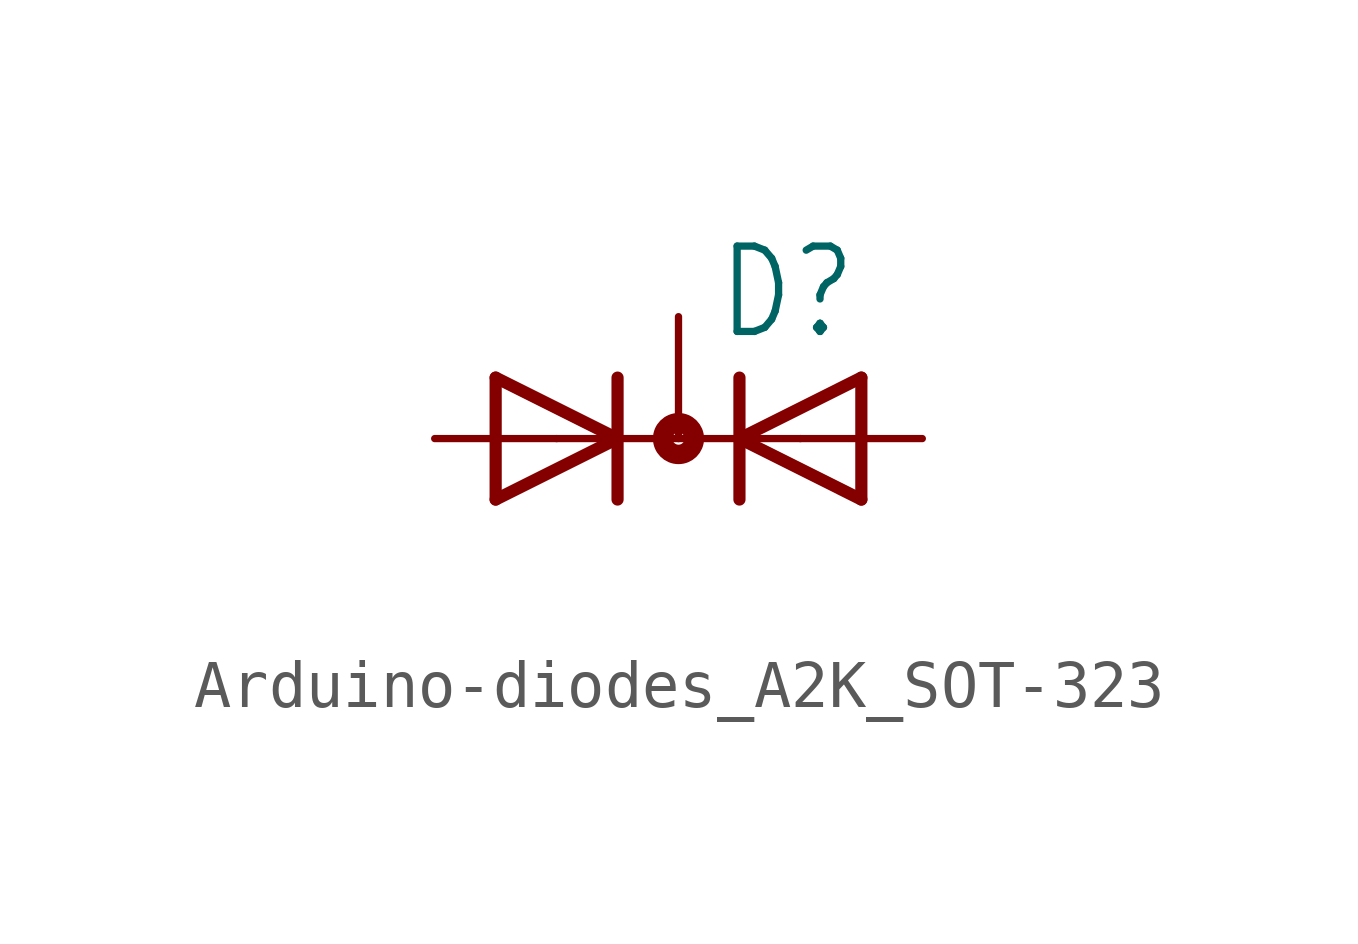
<source format=kicad_sym>
(kicad_symbol_lib
  (version 20241209)
  (generator "kicad_symbol_editor")
  (generator_version "9.0")
  (symbol "Arduino-diodes_A2K_SOT-323"
    (property "Reference" "D"
      (at 0.762 2.007 0)
      (effects (font (size 1.778 1.511)) (justify left bottom)))
    (property "Value" ""
      (at -4.826 -3.454 0)
      (effects (font (size 1.778 1.511)) (justify left bottom)))
    (property "ki_locked" ""
      (at 0 0 0)
      (effects (font (size 1.27 1.27))))
    (symbol "Arduino-diodes_A2K_SOT-323_1_0"
      (polyline (pts (xy -3.81 1.27) (xy -3.81 -1.27)) (stroke (width 0.254) (type solid)) (fill (type none)))
      (polyline (pts (xy -3.81 -1.27) (xy -1.27 0)) (stroke (width 0.254) (type solid)) (fill (type none)))
      (polyline (pts (xy -2.54 0) (xy -1.27 0)) (stroke (width 0.152) (type solid)) (fill (type none)))
      (polyline (pts (xy -1.27 1.27) (xy -1.27 0)) (stroke (width 0.254) (type solid)) (fill (type none)))
      (polyline (pts (xy -1.27 0) (xy -3.81 1.27)) (stroke (width 0.254) (type solid)) (fill (type none)))
      (polyline (pts (xy -1.27 0) (xy -1.27 -1.27)) (stroke (width 0.254) (type solid)) (fill (type none)))
      (polyline (pts (xy -1.27 0) (xy 1.27 0)) (stroke (width 0.152) (type solid)) (fill (type none)))
      (circle (center 0 0) (radius 0.127) (stroke (width 0.406) (type solid)) (fill (type none)))
      (polyline (pts (xy 1.27 0) (xy 1.27 1.27)) (stroke (width 0.254) (type solid)) (fill (type none)))
      (polyline (pts (xy 1.27 0) (xy 3.81 -1.27)) (stroke (width 0.254) (type solid)) (fill (type none)))
      (polyline (pts (xy 1.27 -1.27) (xy 1.27 0)) (stroke (width 0.254) (type solid)) (fill (type none)))
      (polyline (pts (xy 2.54 0) (xy 1.27 0)) (stroke (width 0.152) (type solid)) (fill (type none)))
      (polyline (pts (xy 3.81 1.27) (xy 1.27 0)) (stroke (width 0.254) (type solid)) (fill (type none)))
      (polyline (pts (xy 3.81 -1.27) (xy 3.81 1.27)) (stroke (width 0.254) (type solid)) (fill (type none)))
      (pin passive line (at -5.08 0 0) (length 2.54) (name "A1" (effects (font (size 0 0)))) (number "1" (effects (font (size 0 0)))))
      (pin passive line (at 0 2.54 270) (length 2.54) (name "K" (effects (font (size 0 0)))) (number "3" (effects (font (size 0 0)))))
      (pin passive line (at 5.08 0 180) (length 2.54) (name "A2" (effects (font (size 0 0)))) (number "2" (effects (font (size 0 0))))))))
</source>
